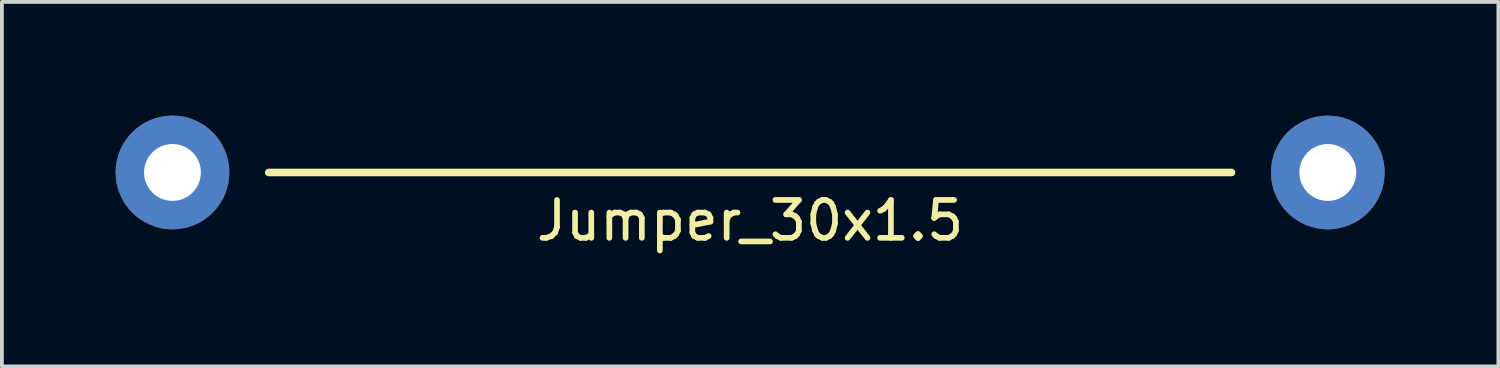
<source format=kicad_pcb>
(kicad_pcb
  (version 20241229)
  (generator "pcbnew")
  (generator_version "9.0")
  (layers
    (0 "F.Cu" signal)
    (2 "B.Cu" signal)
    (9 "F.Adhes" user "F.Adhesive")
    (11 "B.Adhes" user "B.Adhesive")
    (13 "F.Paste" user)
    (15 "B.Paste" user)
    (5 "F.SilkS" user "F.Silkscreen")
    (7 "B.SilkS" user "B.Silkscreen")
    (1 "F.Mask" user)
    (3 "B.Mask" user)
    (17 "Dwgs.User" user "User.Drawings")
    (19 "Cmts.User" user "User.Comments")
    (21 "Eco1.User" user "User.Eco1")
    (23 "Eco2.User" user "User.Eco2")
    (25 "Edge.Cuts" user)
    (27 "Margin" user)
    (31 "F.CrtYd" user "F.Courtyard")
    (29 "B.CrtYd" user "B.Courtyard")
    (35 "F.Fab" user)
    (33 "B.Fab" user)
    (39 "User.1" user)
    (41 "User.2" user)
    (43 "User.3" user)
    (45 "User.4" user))
  (footprint "Jumper_30x1.5"
    (layer "F.Cu")
    (at 16.74 1.5)
    (property "Reference" "Jumper_30x1.5" (at 0 1.27 0) (layer "F.SilkS") (effects (font (size 1 1) (thickness 0.15))))
    (attr through_hole)
    (fp_line (start 12.7 0) (end -12.7 0) (stroke (width 0.2) (type solid)) (layer "F.SilkS"))
    (pad "1" thru_hole circle (at -15.24 0) (size 3 3) (drill 1.5) (layers "*.Cu" "*.Mask"))
    (pad "2" thru_hole circle (at 15.24 0) (size 3 3) (drill 1.5) (layers "*.Cu" "*.Mask")))
  (gr_rect
    (start -3 -3)
    (end 36.48 6.618)
    (stroke (width 0.1) (type default))
    (fill no)
    (layer "Edge.Cuts")))
</source>
